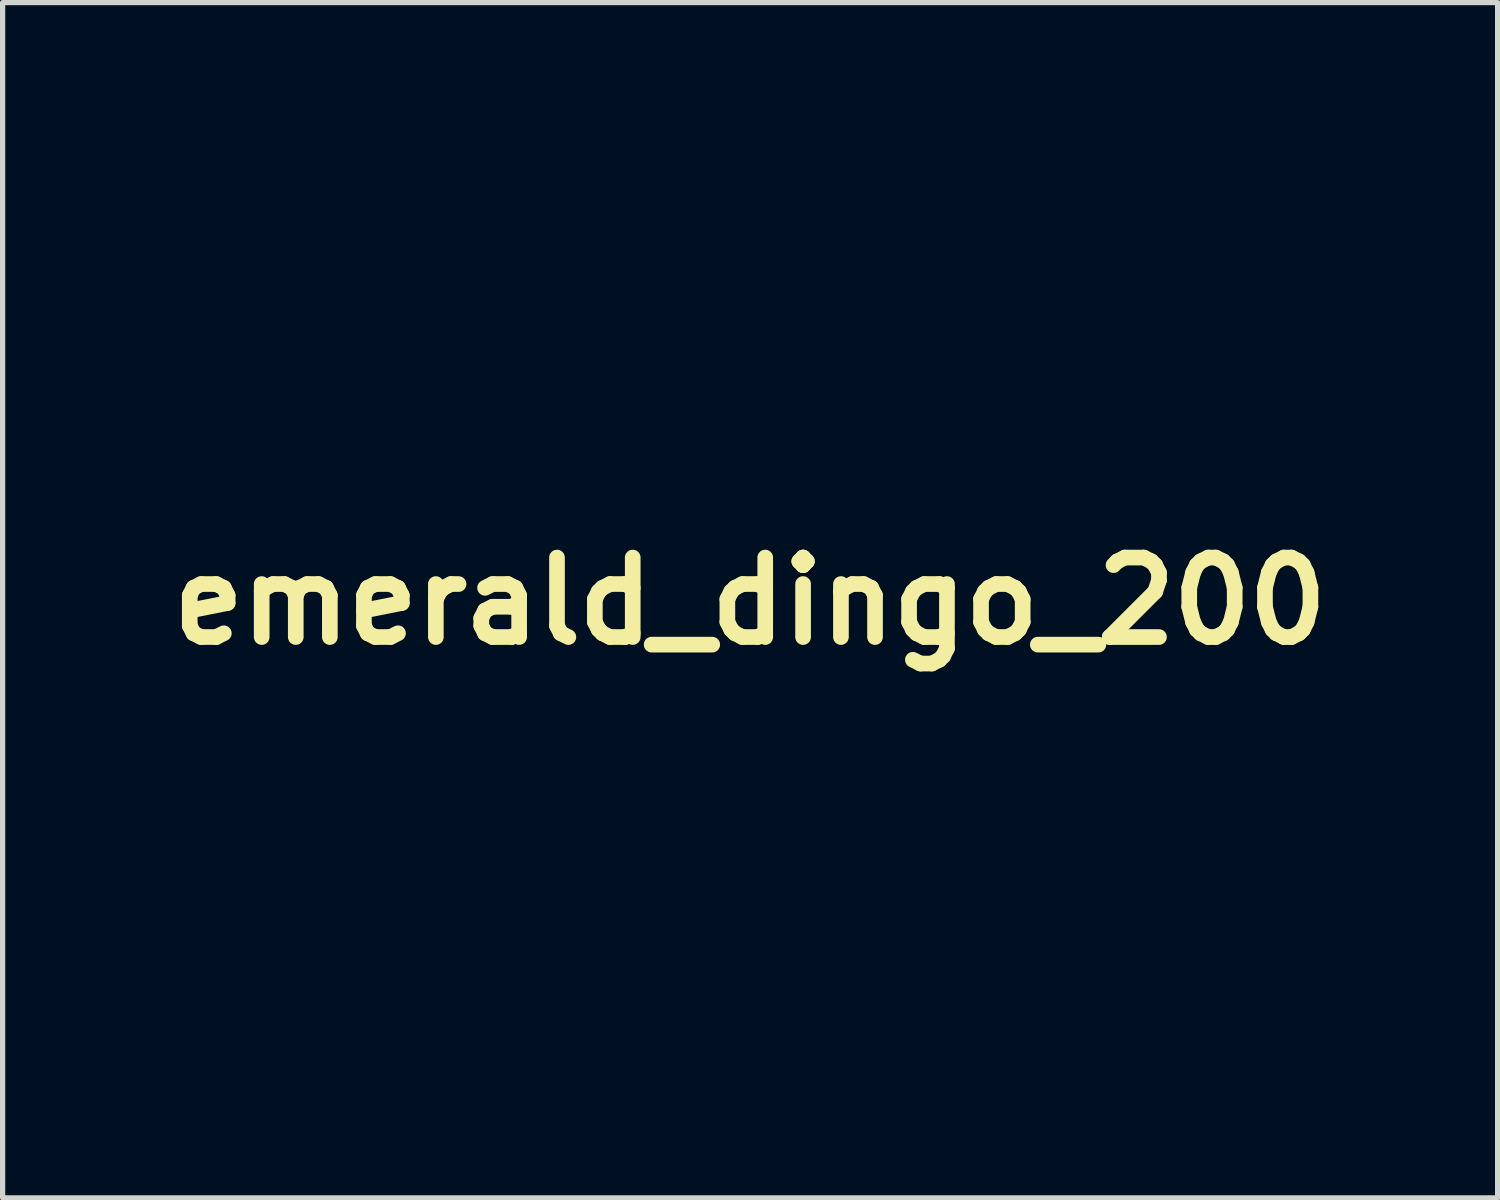
<source format=kicad_pcb>
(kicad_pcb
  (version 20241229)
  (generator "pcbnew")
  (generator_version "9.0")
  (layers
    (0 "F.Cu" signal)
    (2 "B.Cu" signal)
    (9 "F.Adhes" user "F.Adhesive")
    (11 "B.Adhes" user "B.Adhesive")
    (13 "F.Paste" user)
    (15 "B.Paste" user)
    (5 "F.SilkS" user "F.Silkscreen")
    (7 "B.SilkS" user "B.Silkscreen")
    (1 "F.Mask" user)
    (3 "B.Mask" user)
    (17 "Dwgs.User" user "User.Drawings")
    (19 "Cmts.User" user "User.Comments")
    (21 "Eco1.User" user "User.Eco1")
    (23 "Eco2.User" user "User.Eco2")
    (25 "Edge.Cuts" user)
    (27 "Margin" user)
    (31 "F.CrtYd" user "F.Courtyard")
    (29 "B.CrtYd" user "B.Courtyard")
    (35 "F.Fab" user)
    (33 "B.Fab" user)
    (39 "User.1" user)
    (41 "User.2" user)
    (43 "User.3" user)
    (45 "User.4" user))
  (footprint "emerald_dingo_200"
    (layer "F.Cu")
    (at 11.328 8.472)
    (property "Reference" "emerald_dingo_200" (at 0 0 0) (layer "F.SilkS") (effects (font (size 1.524 1.524) (thickness 0.3))))
    (attr through_hole)
    (fp_poly (pts (xy 4.487 8.382) (xy 3.979 8.382) (xy 3.979 6.519) (xy 4.487 6.519) (xy 4.487 8.382)) (stroke (width 0.01) (type solid)) (fill no) (layer "Eco2.User"))
    (fp_poly (pts (xy -7.874 -7.705) (xy -7.881 -7.281) (xy -7.903 -7.026) (xy -7.938 -6.94) (xy -7.988 -7.022) (xy -7.997 -7.048) (xy -8.037 -7.175) (xy -8.114 -7.416) (xy -8.215 -7.726) (xy -8.242 -7.811) (xy -8.455 -8.467) (xy -7.874 -8.467) (xy -7.874 -7.705)) (stroke (width 0.01) (type solid)) (fill no) (layer "Eco2.User"))
    (fp_poly (pts (xy -6.97 -7.685) (xy -6.932 -7.652) (xy -6.845 -7.546) (xy -6.841 -7.429) (xy -6.932 -7.265) (xy -7.13 -7.02) (xy -7.16 -6.985) (xy -7.295 -6.841) (xy -7.346 -6.827) (xy -7.336 -6.9) (xy -7.232 -7.293) (xy -7.156 -7.544) (xy -7.095 -7.678) (xy -7.037 -7.717) (xy -6.97 -7.685)) (stroke (width 0.01) (type solid)) (fill no) (layer "Eco2.User"))
    (fp_poly (pts (xy 7.445 -0.148) (xy 7.677 -0.041) (xy 7.89 0.099) (xy 7.691 0.315) (xy 7.442 0.519) (xy 7.121 0.698) (xy 6.799 0.817) (xy 6.615 0.845) (xy 6.481 0.828) (xy 6.443 0.741) (xy 6.467 0.572) (xy 6.604 0.212) (xy 6.833 -0.038) (xy 7.124 -0.163) (xy 7.445 -0.148)) (stroke (width 0.01) (type solid)) (fill no) (layer "Eco2.User"))
    (fp_poly (pts (xy -8.804 -6.939) (xy -8.568 -6.755) (xy -8.389 -6.615) (xy -8.305 -6.549) (xy -8.304 -6.548) (xy -8.294 -6.501) (xy -8.429 -6.492) (xy -8.718 -6.518) (xy -8.839 -6.534) (xy -9.11 -6.575) (xy -9.304 -6.611) (xy -9.37 -6.632) (xy -9.374 -6.727) (xy -9.346 -6.922) (xy -9.334 -6.982) (xy -9.268 -7.301) (xy -8.804 -6.939)) (stroke (width 0.01) (type solid)) (fill no) (layer "Eco2.User"))
    (fp_poly (pts (xy 4.18 -0.195) (xy 4.225 -0.174) (xy 4.402 -0.031) (xy 4.556 0.175) (xy 4.673 0.405) (xy 4.737 0.62) (xy 4.732 0.78) (xy 4.642 0.846) (xy 4.636 0.847) (xy 4.509 0.812) (xy 4.281 0.723) (xy 4.022 0.606) (xy 3.629 0.399) (xy 3.399 0.225) (xy 3.33 0.077) (xy 3.419 -0.049) (xy 3.664 -0.16) (xy 3.716 -0.177) (xy 3.984 -0.23) (xy 4.18 -0.195)) (stroke (width 0.01) (type solid)) (fill no) (layer "Eco2.User"))
    (fp_poly (pts (xy 5.958 3.427) (xy 6.256 3.532) (xy 6.455 3.686) (xy 6.519 3.852) (xy 6.452 4.027) (xy 6.281 4.243) (xy 6.051 4.459) (xy 5.805 4.636) (xy 5.589 4.733) (xy 5.529 4.741) (xy 5.417 4.7) (xy 5.233 4.6) (xy 5.207 4.584) (xy 4.873 4.329) (xy 4.699 4.072) (xy 4.671 3.841) (xy 4.764 3.616) (xy 4.988 3.47) (xy 5.351 3.398) (xy 5.598 3.388) (xy 5.958 3.427)) (stroke (width 0.01) (type solid)) (fill no) (layer "Eco2.User"))
    (fp_poly (pts (xy -1.587 6.535) (xy -1.312 6.562) (xy -1.288 7.218) (xy -1.266 7.527) (xy -1.232 7.758) (xy -1.192 7.869) (xy -1.182 7.874) (xy -1.125 7.948) (xy -1.101 8.125) (xy -1.101 8.128) (xy -1.123 8.31) (xy -1.22 8.376) (xy -1.312 8.382) (xy -1.531 8.323) (xy -1.693 8.213) (xy -1.776 8.106) (xy -1.827 7.961) (xy -1.853 7.739) (xy -1.862 7.398) (xy -1.863 7.276) (xy -1.863 6.509) (xy -1.587 6.535)) (stroke (width 0.01) (type solid)) (fill no) (layer "Eco2.User"))
    (fp_poly (pts (xy 9.191 -5.459) (xy 9.347 -5.316) (xy 9.455 -5.063) (xy 9.512 -4.727) (xy 9.515 -4.334) (xy 9.462 -3.911) (xy 9.351 -3.485) (xy 9.207 -3.137) (xy 9.05 -2.866) (xy 8.916 -2.744) (xy 8.779 -2.761) (xy 8.649 -2.866) (xy 8.497 -3.109) (xy 8.39 -3.462) (xy 8.335 -3.867) (xy 8.345 -4.268) (xy 8.374 -4.436) (xy 8.502 -4.84) (xy 8.674 -5.173) (xy 8.868 -5.397) (xy 8.988 -5.465) (xy 9.191 -5.459)) (stroke (width 0.01) (type solid)) (fill no) (layer "Eco2.User"))
    (fp_poly (pts (xy 2.149 -5.413) (xy 2.268 -5.313) (xy 2.593 -4.903) (xy 2.776 -4.41) (xy 2.824 -3.888) (xy 2.778 -3.381) (xy 2.651 -3.011) (xy 2.437 -2.761) (xy 2.395 -2.731) (xy 2.267 -2.664) (xy 2.175 -2.694) (xy 2.066 -2.844) (xy 2.037 -2.89) (xy 1.892 -3.211) (xy 1.784 -3.607) (xy 1.717 -4.041) (xy 1.691 -4.474) (xy 1.71 -4.866) (xy 1.775 -5.179) (xy 1.888 -5.373) (xy 1.903 -5.385) (xy 2.031 -5.452) (xy 2.149 -5.413)) (stroke (width 0.01) (type solid)) (fill no) (layer "Eco2.User"))
    (fp_poly (pts (xy 5.835 6.553) (xy 6.009 6.67) (xy 6.116 6.892) (xy 6.169 7.241) (xy 6.181 7.62) (xy 6.181 8.382) (xy 5.68 8.382) (xy 5.655 7.746) (xy 5.633 7.442) (xy 5.597 7.217) (xy 5.553 7.113) (xy 5.546 7.111) (xy 5.502 7.189) (xy 5.464 7.395) (xy 5.439 7.688) (xy 5.436 7.746) (xy 5.412 8.382) (xy 4.826 8.382) (xy 4.826 7.802) (xy 4.852 7.287) (xy 4.935 6.919) (xy 5.086 6.679) (xy 5.315 6.552) (xy 5.582 6.519) (xy 5.835 6.553)) (stroke (width 0.01) (type solid)) (fill no) (layer "Eco2.User"))
    (fp_poly (pts (xy 2.265 6.52) (xy 2.81 6.569) (xy 3.226 6.712) (xy 3.507 6.946) (xy 3.648 7.266) (xy 3.664 7.444) (xy 3.601 7.846) (xy 3.409 8.142) (xy 3.083 8.338) (xy 2.815 8.41) (xy 2.629 8.434) (xy 2.554 8.378) (xy 2.54 8.198) (xy 2.54 8.179) (xy 2.561 7.978) (xy 2.656 7.882) (xy 2.792 7.845) (xy 3.013 7.739) (xy 3.115 7.565) (xy 3.106 7.372) (xy 2.991 7.207) (xy 2.775 7.117) (xy 2.699 7.112) (xy 2.455 7.112) (xy 2.455 8.382) (xy 1.863 8.382) (xy 1.863 6.519) (xy 2.265 6.52)) (stroke (width 0.01) (type solid)) (fill no) (layer "Eco2.User"))
    (fp_poly (pts (xy -0.314 6.539) (xy 0.213 6.628) (xy 0.591 6.799) (xy 0.822 7.052) (xy 0.908 7.389) (xy 0.885 7.652) (xy 0.787 7.897) (xy 0.611 8.134) (xy 0.404 8.312) (xy 0.212 8.382) (xy 0.028 8.412) (xy -0.019 8.427) (xy -0.159 8.434) (xy -0.195 8.413) (xy -0.24 8.291) (xy -0.254 8.131) (xy -0.218 7.962) (xy -0.079 7.862) (xy 0.021 7.828) (xy 0.243 7.7) (xy 0.336 7.518) (xy 0.308 7.329) (xy 0.168 7.178) (xy -0.079 7.112) (xy -0.095 7.112) (xy -0.339 7.112) (xy -0.339 8.382) (xy -0.847 8.382) (xy -0.847 6.496) (xy -0.314 6.539)) (stroke (width 0.01) (type solid)) (fill no) (layer "Eco2.User"))
    (fp_poly (pts (xy -4.66 6.535) (xy -4.244 6.603) (xy -3.973 6.741) (xy -3.835 6.959) (xy -3.81 7.151) (xy -3.838 7.368) (xy -3.905 7.512) (xy -3.952 7.594) (xy -3.947 7.723) (xy -3.883 7.936) (xy -3.767 8.234) (xy -3.753 8.334) (xy -3.847 8.376) (xy -3.997 8.382) (xy -4.203 8.358) (xy -4.333 8.255) (xy -4.429 8.083) (xy -4.548 7.745) (xy -4.556 7.478) (xy -4.453 7.309) (xy -4.433 7.297) (xy -4.348 7.186) (xy -4.394 7.074) (xy -4.535 7.027) (xy -4.598 7.063) (xy -4.636 7.191) (xy -4.653 7.437) (xy -4.657 7.705) (xy -4.657 8.382) (xy -5.165 8.382) (xy -5.165 6.499) (xy -4.66 6.535)) (stroke (width 0.01) (type solid)) (fill no) (layer "Eco2.User"))
    (fp_poly (pts (xy 9.513 6.59) (xy 9.837 6.797) (xy 10.025 7.066) (xy 10.12 7.432) (xy 10.071 7.778) (xy 9.906 8.076) (xy 9.65 8.3) (xy 9.329 8.424) (xy 8.97 8.421) (xy 8.759 8.352) (xy 8.449 8.126) (xy 8.263 7.793) (xy 8.219 7.487) (xy 8.721 7.487) (xy 8.793 7.68) (xy 8.972 7.815) (xy 9.197 7.868) (xy 9.407 7.818) (xy 9.466 7.772) (xy 9.55 7.586) (xy 9.526 7.361) (xy 9.417 7.158) (xy 9.247 7.038) (xy 9.173 7.027) (xy 9.017 7.092) (xy 8.85 7.244) (xy 8.737 7.416) (xy 8.721 7.487) (xy 8.219 7.487) (xy 8.213 7.445) (xy 8.287 7.097) (xy 8.485 6.8) (xy 8.77 6.595) (xy 9.097 6.519) (xy 9.513 6.59)) (stroke (width 0.01) (type solid)) (fill no) (layer "Eco2.User"))
    (fp_poly (pts (xy -2.546 6.547) (xy -2.377 6.647) (xy -2.272 6.843) (xy -2.218 7.158) (xy -2.201 7.615) (xy -2.201 7.639) (xy -2.201 8.382) (xy -2.709 8.382) (xy -2.709 7.752) (xy -2.72 7.441) (xy -2.748 7.2) (xy -2.788 7.075) (xy -2.795 7.069) (xy -2.887 7.076) (xy -2.939 7.191) (xy -2.935 7.353) (xy -2.892 7.461) (xy -2.815 7.648) (xy -2.798 7.831) (xy -2.842 7.946) (xy -2.879 7.959) (xy -2.942 8.031) (xy -2.963 8.17) (xy -2.985 8.312) (xy -3.082 8.371) (xy -3.268 8.382) (xy -3.573 8.382) (xy -3.543 7.612) (xy -3.525 7.239) (xy -3.497 6.994) (xy -3.45 6.84) (xy -3.373 6.734) (xy -3.314 6.681) (xy -3.059 6.558) (xy -2.789 6.519) (xy -2.546 6.547)) (stroke (width 0.01) (type solid)) (fill no) (layer "Eco2.User"))
    (fp_poly (pts (xy 7.579 6.528) (xy 7.678 6.581) (xy 7.704 6.722) (xy 7.705 6.821) (xy 7.693 7.019) (xy 7.639 7.086) (xy 7.529 7.068) (xy 7.322 7.075) (xy 7.152 7.201) (xy 7.049 7.397) (xy 7.04 7.612) (xy 7.129 7.772) (xy 7.294 7.855) (xy 7.404 7.867) (xy 7.499 7.846) (xy 7.472 7.818) (xy 7.39 7.71) (xy 7.366 7.571) (xy 7.398 7.42) (xy 7.526 7.369) (xy 7.603 7.366) (xy 7.868 7.422) (xy 8.011 7.595) (xy 8.043 7.81) (xy 7.971 8.103) (xy 7.778 8.316) (xy 7.504 8.432) (xy 7.186 8.431) (xy 6.933 8.339) (xy 6.749 8.183) (xy 6.586 7.953) (xy 6.565 7.911) (xy 6.467 7.541) (xy 6.507 7.182) (xy 6.665 6.87) (xy 6.92 6.64) (xy 7.253 6.526) (xy 7.359 6.519) (xy 7.579 6.528)) (stroke (width 0.01) (type solid)) (fill no) (layer "Eco2.User"))
    (fp_poly (pts (xy -9.253 6.528) (xy -9.163 6.581) (xy -9.153 6.719) (xy -9.16 6.795) (xy -9.204 6.992) (xy -9.316 7.077) (xy -9.419 7.096) (xy -9.602 7.148) (xy -9.644 7.22) (xy -9.54 7.274) (xy -9.44 7.281) (xy -9.279 7.316) (xy -9.23 7.454) (xy -9.229 7.493) (xy -9.264 7.654) (xy -9.401 7.704) (xy -9.44 7.705) (xy -9.599 7.734) (xy -9.652 7.789) (xy -9.578 7.849) (xy -9.401 7.874) (xy -9.398 7.874) (xy -9.218 7.895) (xy -9.152 7.994) (xy -9.144 8.128) (xy -9.153 8.279) (xy -9.211 8.354) (xy -9.361 8.379) (xy -9.563 8.382) (xy -9.841 8.365) (xy -10.01 8.302) (xy -10.113 8.194) (xy -10.205 7.944) (xy -10.244 7.537) (xy -10.245 7.438) (xy -10.238 7.125) (xy -10.207 6.93) (xy -10.138 6.802) (xy -10.022 6.695) (xy -9.717 6.551) (xy -9.466 6.519) (xy -9.253 6.528)) (stroke (width 0.01) (type solid)) (fill no) (layer "Eco2.User"))
    (fp_poly (pts (xy -7.185 6.544) (xy -7.062 6.648) (xy -6.981 6.813) (xy -6.915 7.063) (xy -6.871 7.414) (xy -6.858 7.744) (xy -6.858 8.382) (xy -7.451 8.382) (xy -7.451 7.7) (xy -7.46 7.342) (xy -7.488 7.127) (xy -7.532 7.068) (xy -7.535 7.07) (xy -7.576 7.174) (xy -7.606 7.401) (xy -7.62 7.706) (xy -7.62 7.752) (xy -7.62 8.382) (xy -8.128 8.382) (xy -8.129 7.811) (xy -8.142 7.5) (xy -8.173 7.247) (xy -8.213 7.112) (xy -8.256 7.106) (xy -8.283 7.254) (xy -8.295 7.561) (xy -8.296 7.684) (xy -8.297 8.382) (xy -8.89 8.382) (xy -8.89 7.639) (xy -8.878 7.206) (xy -8.84 6.911) (xy -8.77 6.726) (xy -8.758 6.708) (xy -8.556 6.554) (xy -8.284 6.528) (xy -8.029 6.612) (xy -7.855 6.661) (xy -7.763 6.612) (xy -7.62 6.548) (xy -7.399 6.519) (xy -7.387 6.519) (xy -7.185 6.544)) (stroke (width 0.01) (type solid)) (fill no) (layer "Eco2.User"))
    (fp_poly (pts (xy -5.627 6.528) (xy -5.53 6.582) (xy -5.504 6.723) (xy -5.503 6.816) (xy -5.517 7.015) (xy -5.589 7.096) (xy -5.757 7.112) (xy -5.936 7.137) (xy -6.011 7.196) (xy -6.011 7.197) (xy -5.939 7.26) (xy -5.8 7.281) (xy -5.639 7.316) (xy -5.589 7.454) (xy -5.588 7.493) (xy -5.623 7.654) (xy -5.761 7.704) (xy -5.8 7.705) (xy -5.959 7.734) (xy -6.011 7.789) (xy -5.938 7.849) (xy -5.76 7.874) (xy -5.757 7.874) (xy -5.577 7.895) (xy -5.511 7.994) (xy -5.503 8.128) (xy -5.514 8.284) (xy -5.578 8.358) (xy -5.741 8.381) (xy -5.884 8.382) (xy -6.211 8.343) (xy -6.429 8.218) (xy -6.435 8.213) (xy -6.533 8.076) (xy -6.585 7.882) (xy -6.603 7.582) (xy -6.604 7.489) (xy -6.564 7.053) (xy -6.438 6.755) (xy -6.216 6.581) (xy -5.887 6.52) (xy -5.846 6.519) (xy -5.627 6.528)) (stroke (width 0.01) (type solid)) (fill no) (layer "Eco2.User"))
    (fp_poly (pts (xy -2.61 -2.428) (xy -2.668 -0.177) (xy -2.727 2.074) (xy -3.848 3.217) (xy -6.325 3.217) (xy -6.857 2.605) (xy -7.389 1.993) (xy -7.365 1.317) (xy -7.044 1.317) (xy -7.032 1.604) (xy -6.998 1.822) (xy -6.935 1.994) (xy -6.839 2.147) (xy -6.706 2.304) (xy -6.529 2.491) (xy -6.443 2.582) (xy -6.127 2.921) (xy -5.025 2.895) (xy -3.922 2.87) (xy -3.487 2.429) (xy -3.053 1.989) (xy -2.995 -0.149) (xy -2.936 -2.286) (xy -3.937 -3.21) (xy -6.16 -3.217) (xy -6.452 -2.857) (xy -6.63 -2.631) (xy -6.77 -2.443) (xy -6.819 -2.371) (xy -6.844 -2.253) (xy -6.873 -1.992) (xy -6.905 -1.611) (xy -6.937 -1.136) (xy -6.968 -0.593) (xy -6.986 -0.212) (xy -7.016 0.434) (xy -7.037 0.935) (xy -7.044 1.317) (xy -7.365 1.317) (xy -7.333 0.467) (xy -7.305 -0.304) (xy -7.279 -0.927) (xy -7.253 -1.42) (xy -7.224 -1.804) (xy -7.188 -2.099) (xy -7.143 -2.324) (xy -7.084 -2.501) (xy -7.009 -2.648) (xy -6.915 -2.786) (xy -6.798 -2.934) (xy -6.786 -2.949) (xy -6.584 -3.194) (xy -6.416 -3.387) (xy -6.315 -3.488) (xy -6.311 -3.491) (xy -6.198 -3.514) (xy -5.95 -3.533) (xy -5.598 -3.546) (xy -5.178 -3.553) (xy -5.038 -3.554) (xy -3.852 -3.554) (xy -2.61 -2.428)) (stroke (width 0.01) (type solid)) (fill no) (layer "Eco2.User"))
    (fp_poly (pts (xy 9.263 -6.789) (xy 9.491 -6.606) (xy 9.729 -6.347) (xy 9.941 -6.049) (xy 10.095 -5.75) (xy 10.112 -5.704) (xy 10.255 -5.091) (xy 10.302 -4.389) (xy 10.257 -3.647) (xy 10.126 -2.909) (xy 9.917 -2.223) (xy 9.635 -1.636) (xy 9.564 -1.524) (xy 9.462 -1.261) (xy 9.415 -0.849) (xy 9.412 -0.737) (xy 9.314 0.294) (xy 9.055 1.288) (xy 8.639 2.227) (xy 8.287 2.801) (xy 8.038 3.201) (xy 7.841 3.594) (xy 7.733 3.891) (xy 7.511 4.449) (xy 7.168 4.891) (xy 6.71 5.21) (xy 6.443 5.321) (xy 6.094 5.39) (xy 5.66 5.409) (xy 5.215 5.379) (xy 4.837 5.301) (xy 4.785 5.283) (xy 4.504 5.142) (xy 4.223 4.942) (xy 4.161 4.887) (xy 3.967 4.66) (xy 3.772 4.362) (xy 3.605 4.048) (xy 3.497 3.773) (xy 3.472 3.634) (xy 3.418 3.502) (xy 3.279 3.299) (xy 3.134 3.126) (xy 2.758 2.627) (xy 2.412 2.016) (xy 2.13 1.35) (xy 2.11 1.293) (xy 2.003 0.922) (xy 1.897 0.453) (xy 1.804 -0.052) (xy 1.734 -0.535) (xy 1.697 -0.937) (xy 1.694 -1.05) (xy 1.655 -1.319) (xy 1.557 -1.641) (xy 1.484 -1.812) (xy 1.248 -2.407) (xy 1.079 -3.059) (xy 0.977 -3.738) (xy 0.96 -4.077) (xy 1.276 -4.077) (xy 1.307 -3.568) (xy 1.349 -3.281) (xy 1.453 -2.834) (xy 1.588 -2.388) (xy 1.737 -1.993) (xy 1.881 -1.704) (xy 1.908 -1.663) (xy 1.987 -1.453) (xy 2.028 -1.128) (xy 2.032 -0.976) (xy 2.091 -0.153) (xy 2.258 0.673) (xy 2.52 1.463) (xy 2.863 2.179) (xy 3.275 2.782) (xy 3.392 2.917) (xy 3.629 3.236) (xy 3.763 3.55) (xy 3.771 3.585) (xy 3.919 4.005) (xy 4.181 4.411) (xy 4.513 4.744) (xy 4.738 4.889) (xy 5.201 5.042) (xy 5.725 5.085) (xy 6.243 5.02) (xy 6.583 4.9) (xy 6.958 4.638) (xy 7.246 4.25) (xy 7.456 3.722) (xy 7.486 3.613) (xy 7.627 3.223) (xy 7.819 2.892) (xy 7.872 2.826) (xy 8.085 2.536) (xy 8.32 2.14) (xy 8.549 1.693) (xy 8.741 1.249) (xy 8.778 1.147) (xy 8.886 0.778) (xy 8.987 0.308) (xy 9.072 -0.197) (xy 9.128 -0.668) (xy 9.144 -0.986) (xy 9.2 -1.431) (xy 9.356 -1.791) (xy 9.648 -2.408) (xy 9.837 -3.081) (xy 9.931 -3.846) (xy 9.945 -4.318) (xy 9.942 -4.766) (xy 9.925 -5.091) (xy 9.889 -5.336) (xy 9.826 -5.549) (xy 9.751 -5.728) (xy 9.533 -6.129) (xy 9.31 -6.386) (xy 9.092 -6.49) (xy 8.981 -6.479) (xy 8.775 -6.34) (xy 8.52 -6.039) (xy 8.216 -5.576) (xy 7.863 -4.951) (xy 7.656 -4.554) (xy 7.1 -3.459) (xy 6.534 -3.527) (xy 6.098 -3.573) (xy 5.727 -3.591) (xy 5.35 -3.581) (xy 4.896 -3.545) (xy 4.741 -3.529) (xy 4.106 -3.463) (xy 3.708 -4.251) (xy 3.304 -5.006) (xy 2.938 -5.598) (xy 2.609 -6.029) (xy 2.315 -6.299) (xy 2.054 -6.411) (xy 1.824 -6.366) (xy 1.622 -6.165) (xy 1.504 -5.945) (xy 1.399 -5.604) (xy 1.325 -5.145) (xy 1.282 -4.62) (xy 1.276 -4.077) (xy 0.96 -4.077) (xy 0.942 -4.413) (xy 0.974 -5.055) (xy 1.073 -5.632) (xy 1.24 -6.115) (xy 1.473 -6.474) (xy 1.476 -6.477) (xy 1.734 -6.686) (xy 1.998 -6.766) (xy 2.276 -6.713) (xy 2.573 -6.52) (xy 2.895 -6.184) (xy 3.25 -5.698) (xy 3.643 -5.059) (xy 3.927 -4.551) (xy 4.327 -3.81) (xy 4.936 -3.87) (xy 5.321 -3.906) (xy 5.6 -3.923) (xy 5.836 -3.922) (xy 6.092 -3.902) (xy 6.403 -3.867) (xy 6.921 -3.804) (xy 7.233 -4.463) (xy 7.572 -5.129) (xy 7.912 -5.707) (xy 8.243 -6.184) (xy 8.553 -6.544) (xy 8.832 -6.774) (xy 9.068 -6.858) (xy 9.077 -6.858) (xy 9.263 -6.789)) (stroke (width 0.01) (type solid)) (fill no) (layer "Eco2.User"))
    (fp_poly (pts (xy -5.1 -6.137) (xy -2.538 -6.073) (xy -1.963 -5.471) (xy -1.623 -5.114) (xy -1.24 -4.711) (xy -0.887 -4.338) (xy -0.821 -4.269) (xy -0.254 -3.669) (xy -0.255 -0.332) (xy -0.257 3.006) (xy -1.282 4.212) (xy -2.308 5.419) (xy -6.928 5.419) (xy -7.493 4.988) (xy -6.579 4.988) (xy -6.576 5.039) (xy -6.502 5.068) (xy -6.33 5.078) (xy -6.036 5.071) (xy -5.663 5.052) (xy -5.206 5.028) (xy -4.747 5.009) (xy -4.348 4.997) (xy -4.149 4.994) (xy -3.598 4.991) (xy -4.868 4.57) (xy -5.308 4.428) (xy -5.693 4.311) (xy -5.994 4.227) (xy -6.182 4.185) (xy -6.228 4.182) (xy -6.309 4.278) (xy -6.4 4.474) (xy -6.424 4.542) (xy -6.504 4.781) (xy -6.569 4.962) (xy -6.579 4.988) (xy -7.493 4.988) (xy -7.718 4.816) (xy -8.113 4.515) (xy -8.536 4.193) (xy -8.925 3.898) (xy -9.123 3.747) (xy -9.737 3.281) (xy -9.737 3.195) (xy -9.254 3.195) (xy -8.339 3.883) (xy -8.002 4.135) (xy -7.717 4.346) (xy -7.508 4.497) (xy -7.402 4.569) (xy -7.395 4.572) (xy -7.419 4.501) (xy -7.508 4.307) (xy -7.647 4.016) (xy -7.823 3.657) (xy -7.876 3.552) (xy -8.137 3.032) (xy -7.711 3.032) (xy -7.309 3.843) (xy -7.14 4.167) (xy -6.995 4.417) (xy -6.89 4.565) (xy -6.847 4.592) (xy -6.788 4.475) (xy -6.719 4.267) (xy -6.708 4.227) (xy -6.673 4.076) (xy -6.678 3.997) (xy -5.546 3.997) (xy -4.191 4.448) (xy -3.67 4.621) (xy -3.288 4.747) (xy -3.024 4.83) (xy -2.856 4.877) (xy -2.762 4.894) (xy -2.72 4.886) (xy -2.71 4.859) (xy -2.709 4.843) (xy -2.751 4.739) (xy -2.86 4.543) (xy -2.961 4.377) (xy -3.214 3.979) (xy -5.546 3.997) (xy -6.678 3.997) (xy -6.681 3.96) (xy -6.741 3.864) (xy -2.884 3.864) (xy -2.66 4.265) (xy -2.53 4.478) (xy -2.43 4.605) (xy -2.393 4.622) (xy -2.358 4.526) (xy -2.323 4.388) (xy -1.947 4.388) (xy -1.943 4.406) (xy -1.918 4.394) (xy -1.854 4.331) (xy -1.735 4.2) (xy -1.544 3.981) (xy -1.261 3.656) (xy -1.202 3.588) (xy -0.679 2.985) (xy -1.115 2.804) (xy -1.357 2.71) (xy -1.527 2.656) (xy -1.578 2.651) (xy -1.604 2.738) (xy -1.654 2.947) (xy -1.718 3.237) (xy -1.789 3.565) (xy -1.855 3.887) (xy -1.909 4.16) (xy -1.942 4.342) (xy -1.947 4.388) (xy -2.323 4.388) (xy -2.301 4.302) (xy -2.231 3.993) (xy -2.198 3.835) (xy -2.133 3.504) (xy -2.086 3.244) (xy -2.065 3.094) (xy -2.065 3.071) (xy -2.129 3.117) (xy -2.279 3.254) (xy -2.481 3.455) (xy -2.484 3.458) (xy -2.884 3.864) (xy -6.741 3.864) (xy -6.754 3.843) (xy -6.915 3.691) (xy -7.169 3.479) (xy -7.711 3.032) (xy -8.137 3.032) (xy -8.387 2.532) (xy -8.617 2.703) (xy -8.851 2.879) (xy -9.051 3.034) (xy -9.254 3.195) (xy -9.737 3.195) (xy -9.737 2.675) (xy -9.277 2.675) (xy -9.253 2.74) (xy -9.163 2.71) (xy -8.983 2.582) (xy -8.784 2.425) (xy -8.467 2.173) (xy -8.467 2.093) (xy -8.22 2.093) (xy -7.351 2.846) (xy -6.482 3.598) (xy -5.802 3.648) (xy -5.415 3.67) (xy -4.934 3.691) (xy -4.435 3.706) (xy -4.177 3.711) (xy -3.232 3.725) (xy -2.58 3.027) (xy -1.928 2.328) (xy -1.979 1.228) (xy -2 0.744) (xy -2.026 0.153) (xy -2.052 -0.483) (xy -2.077 -1.102) (xy -2.082 -1.246) (xy -1.748 -1.246) (xy -1.744 -0.941) (xy -1.733 -0.546) (xy -1.718 -0.089) (xy -1.698 0.405) (xy -1.674 0.908) (xy -1.647 1.394) (xy -1.641 1.495) (xy -1.594 2.271) (xy -1.199 2.441) (xy -0.922 2.557) (xy -0.765 2.607) (xy -0.694 2.598) (xy -0.677 2.534) (xy -0.677 2.526) (xy -0.698 2.423) (xy -0.756 2.184) (xy -0.843 1.838) (xy -0.953 1.413) (xy -1.077 0.936) (xy -1.209 0.436) (xy -1.34 -0.059) (xy -1.464 -0.522) (xy -1.573 -0.923) (xy -1.66 -1.236) (xy -1.718 -1.432) (xy -1.734 -1.482) (xy -1.745 -1.435) (xy -1.748 -1.246) (xy -2.082 -1.246) (xy -2.086 -1.351) (xy -2.137 -2.666) (xy -1.677 -2.666) (xy -1.664 -2.582) (xy -1.612 -2.363) (xy -1.531 -2.035) (xy -1.427 -1.624) (xy -1.306 -1.16) (xy -1.177 -0.667) (xy -1.046 -0.174) (xy -0.921 0.293) (xy -0.808 0.706) (xy -0.715 1.039) (xy -0.649 1.264) (xy -0.617 1.354) (xy -0.616 1.355) (xy -0.61 1.274) (xy -0.604 1.045) (xy -0.6 0.691) (xy -0.596 0.233) (xy -0.594 -0.308) (xy -0.593 -0.908) (xy -0.593 -0.933) (xy -0.593 -3.22) (xy -1.122 -2.955) (xy -1.388 -2.82) (xy -1.586 -2.717) (xy -1.676 -2.667) (xy -1.677 -2.666) (xy -2.137 -2.666) (xy -2.143 -2.828) (xy -2.998 -3.7) (xy -3.852 -4.572) (xy -5.294 -4.572) (xy -6.735 -4.572) (xy -7.422 -3.873) (xy -8.109 -3.175) (xy -8.164 -0.541) (xy -8.22 2.093) (xy -8.467 2.093) (xy -8.476 0.388) (xy -8.486 -1.397) (xy -8.849 0.423) (xy -8.958 0.974) (xy -9.058 1.484) (xy -9.144 1.924) (xy -9.21 2.266) (xy -9.25 2.481) (xy -9.257 2.521) (xy -9.277 2.675) (xy -9.737 2.675) (xy -9.737 0.171) (xy -9.738 -0.561) (xy -9.742 -1.26) (xy -9.747 -1.795) (xy -9.392 -1.795) (xy -9.391 -1.184) (xy -9.391 -1.037) (xy -9.384 1.397) (xy -8.971 -0.72) (xy -8.858 -1.303) (xy -8.756 -1.836) (xy -8.671 -2.294) (xy -8.606 -2.655) (xy -8.566 -2.893) (xy -8.554 -2.981) (xy -8.632 -3.113) (xy -8.857 -3.258) (xy -8.943 -3.298) (xy -9.173 -3.397) (xy -9.329 -3.46) (xy -9.366 -3.471) (xy -9.374 -3.39) (xy -9.381 -3.161) (xy -9.386 -2.804) (xy -9.39 -2.342) (xy -9.392 -1.795) (xy -9.747 -1.795) (xy -9.748 -1.903) (xy -9.756 -2.466) (xy -9.766 -2.926) (xy -9.777 -3.261) (xy -9.788 -3.438) (xy -9.835 -3.903) (xy -9.323 -3.903) (xy -8.916 -3.691) (xy -8.62 -3.545) (xy -8.45 -3.48) (xy -8.384 -3.49) (xy -8.382 -3.502) (xy -8.362 -3.591) (xy -8.307 -3.811) (xy -8.238 -4.08) (xy -7.84 -4.08) (xy -7.803 -4.051) (xy -7.704 -4.125) (xy -7.54 -4.284) (xy -7.452 -4.37) (xy -7.202 -4.615) (xy -3.368 -4.615) (xy -2.848 -4.06) (xy -2.617 -3.823) (xy -2.432 -3.652) (xy -2.321 -3.57) (xy -2.301 -3.571) (xy -2.306 -3.676) (xy -2.34 -3.909) (xy -2.397 -4.232) (xy -2.449 -4.497) (xy -2.522 -4.859) (xy -2.552 -5.01) (xy -2.152 -5.01) (xy -2.151 -4.847) (xy -2.1 -4.539) (xy -2.011 -4.075) (xy -1.98 -3.916) (xy -1.9 -3.523) (xy -1.823 -3.278) (xy -1.722 -3.165) (xy -1.569 -3.166) (xy -1.336 -3.262) (xy -1.125 -3.369) (xy -0.683 -3.598) (xy -1.447 -4.403) (xy -1.751 -4.724) (xy -1.962 -4.939) (xy -2.092 -5.037) (xy -2.152 -5.01) (xy -2.552 -5.01) (xy -2.581 -5.156) (xy -2.617 -5.352) (xy -2.626 -5.409) (xy -2.677 -5.378) (xy -2.81 -5.246) (xy -2.995 -5.042) (xy -2.998 -5.038) (xy -3.368 -4.615) (xy -7.202 -4.615) (xy -7.009 -4.804) (xy -7.209 -5.153) (xy -7.334 -5.358) (xy -7.428 -5.484) (xy -7.453 -5.503) (xy -7.495 -5.428) (xy -7.562 -5.23) (xy -7.641 -4.951) (xy -7.646 -4.932) (xy -7.756 -4.504) (xy -7.823 -4.225) (xy -7.84 -4.08) (xy -8.238 -4.08) (xy -8.226 -4.127) (xy -8.131 -4.49) (xy -7.88 -5.446) (xy -8.181 -5.157) (xy -8.394 -4.942) (xy -8.657 -4.66) (xy -8.902 -4.386) (xy -9.323 -3.903) (xy -9.835 -3.903) (xy -9.839 -3.937) (xy -8.751 -5.069) (xy -8.042 -5.805) (xy -7.092 -5.805) (xy -7.075 -5.718) (xy -6.993 -5.529) (xy -6.895 -5.338) (xy -6.724 -5.067) (xy -6.588 -4.95) (xy -6.526 -4.947) (xy -6.504 -4.953) (xy -5.292 -4.953) (xy -4.868 -4.903) (xy -4.506 -4.869) (xy -4.121 -4.845) (xy -4.022 -4.842) (xy -3.778 -4.845) (xy -3.611 -4.889) (xy -3.46 -5.004) (xy -3.266 -5.22) (xy -3.092 -5.436) (xy -3.034 -5.547) (xy -3.084 -5.565) (xy -3.096 -5.562) (xy -3.239 -5.521) (xy -3.506 -5.447) (xy -3.861 -5.348) (xy -4.265 -5.237) (xy -4.276 -5.234) (xy -5.292 -4.953) (xy -6.504 -4.953) (xy -6.402 -4.982) (xy -6.145 -5.053) (xy -5.788 -5.153) (xy -5.36 -5.272) (xy -5.08 -5.35) (xy -3.768 -5.715) (xy -5.412 -5.778) (xy -5.921 -5.796) (xy -6.37 -5.808) (xy -6.732 -5.814) (xy -6.981 -5.814) (xy -7.09 -5.806) (xy -7.092 -5.805) (xy -8.042 -5.805) (xy -7.662 -6.201) (xy -5.1 -6.137)) (stroke (width 0.01) (type solid)) (fill no) (layer "Eco2.User")))
  (gr_rect
    (start -3 -3)
    (end 25.657 19.911)
    (stroke (width 0.1) (type default))
    (fill no)
    (layer "Edge.Cuts")))
</source>
